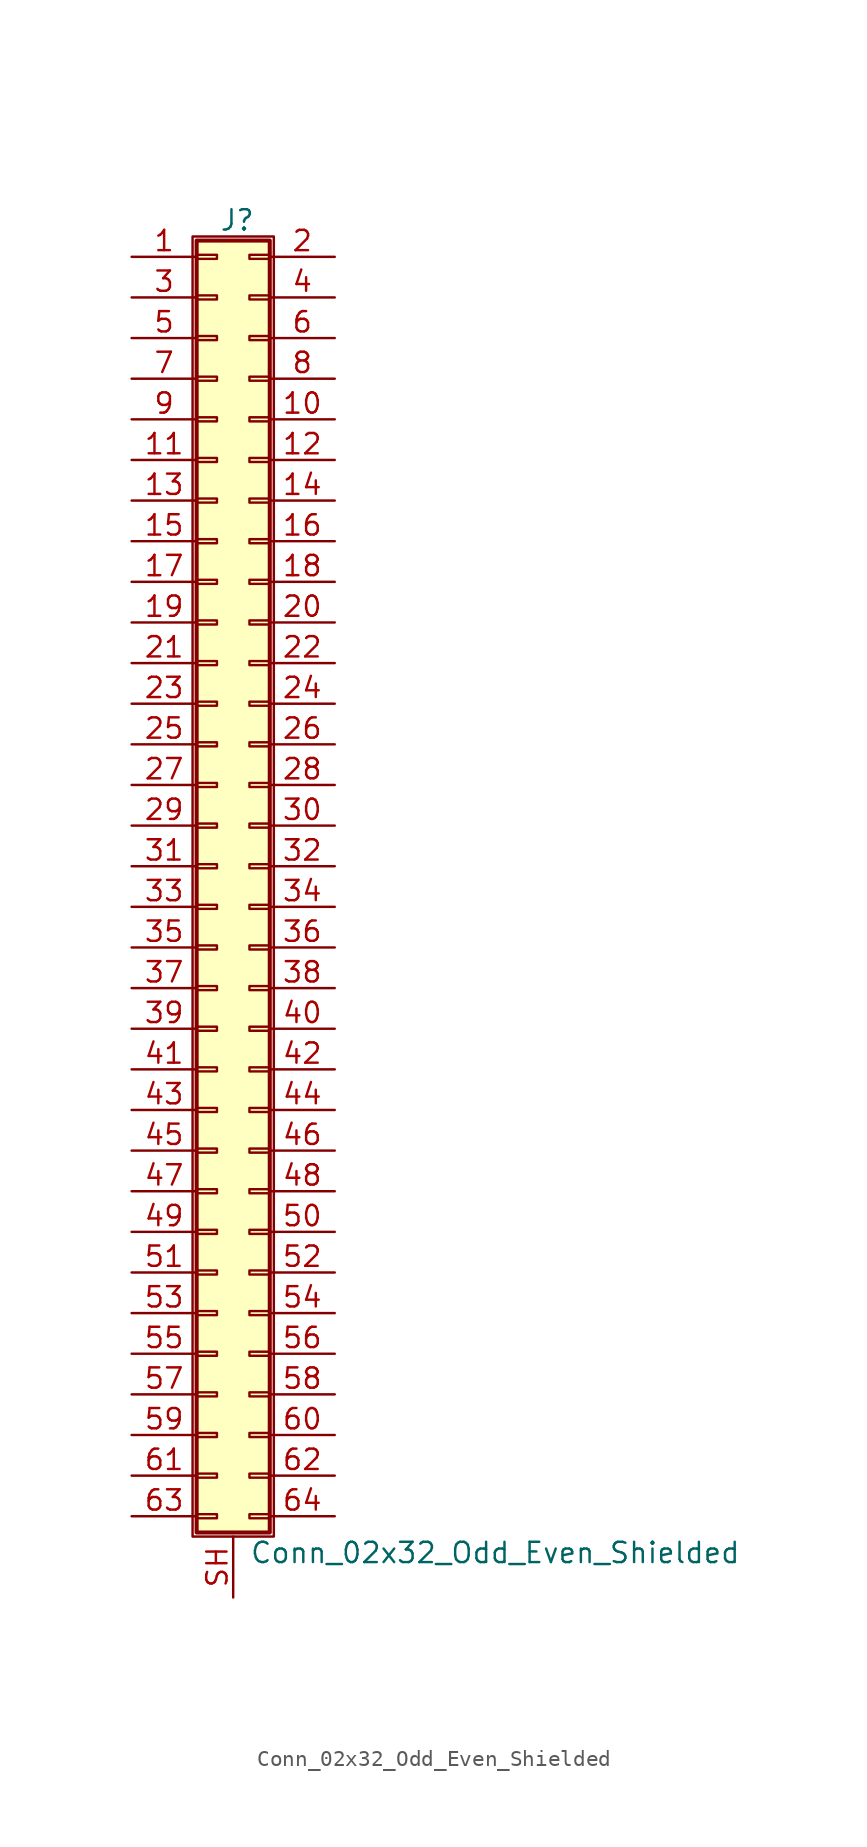
<source format=kicad_sym>
(kicad_symbol_lib
  (version 20220914)
  (generator kicad_symbol_editor)
  (symbol "Conn_02x32_Odd_Even_Shielded"
    (pin_names
      (offset 1.016) hide)
    (property "Reference" "J"
      (at 1.524 40.386 0)
      (effects (font (size 1.27 1.27))))
    (property "Value" "Conn_02x32_Odd_Even_Shielded"
      (at 2.286 -42.926 0)
      (effects (font (size 1.27 1.27)) (justify left)))
    (symbol "Conn_02x32_Odd_Even_Shielded_1_1"
      (rectangle (start -1.27 39.37) (end 3.81 -41.91) (stroke (width 0.152) (type default)) (fill (type none)))
      (rectangle (start -1.016 -40.513) (end 0.254 -40.767) (stroke (width 0.152) (type default)) (fill (type none)))
      (rectangle (start -1.016 -37.973) (end 0.254 -38.227) (stroke (width 0.152) (type default)) (fill (type none)))
      (rectangle (start -1.016 -35.433) (end 0.254 -35.687) (stroke (width 0.152) (type default)) (fill (type none)))
      (rectangle (start -1.016 -32.893) (end 0.254 -33.147) (stroke (width 0.152) (type default)) (fill (type none)))
      (rectangle (start -1.016 -30.353) (end 0.254 -30.607) (stroke (width 0.152) (type default)) (fill (type none)))
      (rectangle (start -1.016 -27.813) (end 0.254 -28.067) (stroke (width 0.152) (type default)) (fill (type none)))
      (rectangle (start -1.016 -25.273) (end 0.254 -25.527) (stroke (width 0.152) (type default)) (fill (type none)))
      (rectangle (start -1.016 -22.733) (end 0.254 -22.987) (stroke (width 0.152) (type default)) (fill (type none)))
      (rectangle (start -1.016 -20.193) (end 0.254 -20.447) (stroke (width 0.152) (type default)) (fill (type none)))
      (rectangle (start -1.016 -17.653) (end 0.254 -17.907) (stroke (width 0.152) (type default)) (fill (type none)))
      (rectangle (start -1.016 -15.113) (end 0.254 -15.367) (stroke (width 0.152) (type default)) (fill (type none)))
      (rectangle (start -1.016 -12.573) (end 0.254 -12.827) (stroke (width 0.152) (type default)) (fill (type none)))
      (rectangle (start -1.016 -10.033) (end 0.254 -10.287) (stroke (width 0.152) (type default)) (fill (type none)))
      (rectangle (start -1.016 -7.493) (end 0.254 -7.747) (stroke (width 0.152) (type default)) (fill (type none)))
      (rectangle (start -1.016 -4.953) (end 0.254 -5.207) (stroke (width 0.152) (type default)) (fill (type none)))
      (rectangle (start -1.016 -2.413) (end 0.254 -2.667) (stroke (width 0.152) (type default)) (fill (type none)))
      (rectangle (start -1.016 0.127) (end 0.254 -0.127) (stroke (width 0.152) (type default)) (fill (type none)))
      (rectangle (start -1.016 2.667) (end 0.254 2.413) (stroke (width 0.152) (type default)) (fill (type none)))
      (rectangle (start -1.016 5.207) (end 0.254 4.953) (stroke (width 0.152) (type default)) (fill (type none)))
      (rectangle (start -1.016 7.747) (end 0.254 7.493) (stroke (width 0.152) (type default)) (fill (type none)))
      (rectangle (start -1.016 10.287) (end 0.254 10.033) (stroke (width 0.152) (type default)) (fill (type none)))
      (rectangle (start -1.016 12.827) (end 0.254 12.573) (stroke (width 0.152) (type default)) (fill (type none)))
      (rectangle (start -1.016 15.367) (end 0.254 15.113) (stroke (width 0.152) (type default)) (fill (type none)))
      (rectangle (start -1.016 17.907) (end 0.254 17.653) (stroke (width 0.152) (type default)) (fill (type none)))
      (rectangle (start -1.016 20.447) (end 0.254 20.193) (stroke (width 0.152) (type default)) (fill (type none)))
      (rectangle (start -1.016 22.987) (end 0.254 22.733) (stroke (width 0.152) (type default)) (fill (type none)))
      (rectangle (start -1.016 25.527) (end 0.254 25.273) (stroke (width 0.152) (type default)) (fill (type none)))
      (rectangle (start -1.016 28.067) (end 0.254 27.813) (stroke (width 0.152) (type default)) (fill (type none)))
      (rectangle (start -1.016 30.607) (end 0.254 30.353) (stroke (width 0.152) (type default)) (fill (type none)))
      (rectangle (start -1.016 33.147) (end 0.254 32.893) (stroke (width 0.152) (type default)) (fill (type none)))
      (rectangle (start -1.016 35.687) (end 0.254 35.433) (stroke (width 0.152) (type default)) (fill (type none)))
      (rectangle (start -1.016 38.227) (end 0.254 37.973) (stroke (width 0.152) (type default)) (fill (type none)))
      (rectangle (start -1.016 39.116) (end 3.556 -41.656) (stroke (width 0.254) (type default)) (fill (type background)))
      (rectangle (start 3.556 -40.513) (end 2.286 -40.767) (stroke (width 0.152) (type default)) (fill (type none)))
      (rectangle (start 3.556 -37.973) (end 2.286 -38.227) (stroke (width 0.152) (type default)) (fill (type none)))
      (rectangle (start 3.556 -35.433) (end 2.286 -35.687) (stroke (width 0.152) (type default)) (fill (type none)))
      (rectangle (start 3.556 -32.893) (end 2.286 -33.147) (stroke (width 0.152) (type default)) (fill (type none)))
      (rectangle (start 3.556 -30.353) (end 2.286 -30.607) (stroke (width 0.152) (type default)) (fill (type none)))
      (rectangle (start 3.556 -27.813) (end 2.286 -28.067) (stroke (width 0.152) (type default)) (fill (type none)))
      (rectangle (start 3.556 -25.273) (end 2.286 -25.527) (stroke (width 0.152) (type default)) (fill (type none)))
      (rectangle (start 3.556 -22.733) (end 2.286 -22.987) (stroke (width 0.152) (type default)) (fill (type none)))
      (rectangle (start 3.556 -20.193) (end 2.286 -20.447) (stroke (width 0.152) (type default)) (fill (type none)))
      (rectangle (start 3.556 -17.653) (end 2.286 -17.907) (stroke (width 0.152) (type default)) (fill (type none)))
      (rectangle (start 3.556 -15.113) (end 2.286 -15.367) (stroke (width 0.152) (type default)) (fill (type none)))
      (rectangle (start 3.556 -12.573) (end 2.286 -12.827) (stroke (width 0.152) (type default)) (fill (type none)))
      (rectangle (start 3.556 -10.033) (end 2.286 -10.287) (stroke (width 0.152) (type default)) (fill (type none)))
      (rectangle (start 3.556 -7.493) (end 2.286 -7.747) (stroke (width 0.152) (type default)) (fill (type none)))
      (rectangle (start 3.556 -4.953) (end 2.286 -5.207) (stroke (width 0.152) (type default)) (fill (type none)))
      (rectangle (start 3.556 -2.413) (end 2.286 -2.667) (stroke (width 0.152) (type default)) (fill (type none)))
      (rectangle (start 3.556 0.127) (end 2.286 -0.127) (stroke (width 0.152) (type default)) (fill (type none)))
      (rectangle (start 3.556 2.667) (end 2.286 2.413) (stroke (width 0.152) (type default)) (fill (type none)))
      (rectangle (start 3.556 5.207) (end 2.286 4.953) (stroke (width 0.152) (type default)) (fill (type none)))
      (rectangle (start 3.556 7.747) (end 2.286 7.493) (stroke (width 0.152) (type default)) (fill (type none)))
      (rectangle (start 3.556 10.287) (end 2.286 10.033) (stroke (width 0.152) (type default)) (fill (type none)))
      (rectangle (start 3.556 12.827) (end 2.286 12.573) (stroke (width 0.152) (type default)) (fill (type none)))
      (rectangle (start 3.556 15.367) (end 2.286 15.113) (stroke (width 0.152) (type default)) (fill (type none)))
      (rectangle (start 3.556 17.907) (end 2.286 17.653) (stroke (width 0.152) (type default)) (fill (type none)))
      (rectangle (start 3.556 20.447) (end 2.286 20.193) (stroke (width 0.152) (type default)) (fill (type none)))
      (rectangle (start 3.556 22.987) (end 2.286 22.733) (stroke (width 0.152) (type default)) (fill (type none)))
      (rectangle (start 3.556 25.527) (end 2.286 25.273) (stroke (width 0.152) (type default)) (fill (type none)))
      (rectangle (start 3.556 28.067) (end 2.286 27.813) (stroke (width 0.152) (type default)) (fill (type none)))
      (rectangle (start 3.556 30.607) (end 2.286 30.353) (stroke (width 0.152) (type default)) (fill (type none)))
      (rectangle (start 3.556 33.147) (end 2.286 32.893) (stroke (width 0.152) (type default)) (fill (type none)))
      (rectangle (start 3.556 35.687) (end 2.286 35.433) (stroke (width 0.152) (type default)) (fill (type none)))
      (rectangle (start 3.556 38.227) (end 2.286 37.973) (stroke (width 0.152) (type default)) (fill (type none)))
      (pin passive line (at -5.08 38.1 0) (length 4.064) (name "Pin_1" (effects (font (size 1.27 1.27)))) (number "1" (effects (font (size 1.27 1.27)))))
      (pin passive line (at 7.62 27.94 180) (length 4.064) (name "Pin_10" (effects (font (size 1.27 1.27)))) (number "10" (effects (font (size 1.27 1.27)))))
      (pin passive line (at -5.08 25.4 0) (length 4.064) (name "Pin_11" (effects (font (size 1.27 1.27)))) (number "11" (effects (font (size 1.27 1.27)))))
      (pin passive line (at 7.62 25.4 180) (length 4.064) (name "Pin_12" (effects (font (size 1.27 1.27)))) (number "12" (effects (font (size 1.27 1.27)))))
      (pin passive line (at -5.08 22.86 0) (length 4.064) (name "Pin_13" (effects (font (size 1.27 1.27)))) (number "13" (effects (font (size 1.27 1.27)))))
      (pin passive line (at 7.62 22.86 180) (length 4.064) (name "Pin_14" (effects (font (size 1.27 1.27)))) (number "14" (effects (font (size 1.27 1.27)))))
      (pin passive line (at -5.08 20.32 0) (length 4.064) (name "Pin_15" (effects (font (size 1.27 1.27)))) (number "15" (effects (font (size 1.27 1.27)))))
      (pin passive line (at 7.62 20.32 180) (length 4.064) (name "Pin_16" (effects (font (size 1.27 1.27)))) (number "16" (effects (font (size 1.27 1.27)))))
      (pin passive line (at -5.08 17.78 0) (length 4.064) (name "Pin_17" (effects (font (size 1.27 1.27)))) (number "17" (effects (font (size 1.27 1.27)))))
      (pin passive line (at 7.62 17.78 180) (length 4.064) (name "Pin_18" (effects (font (size 1.27 1.27)))) (number "18" (effects (font (size 1.27 1.27)))))
      (pin passive line (at -5.08 15.24 0) (length 4.064) (name "Pin_19" (effects (font (size 1.27 1.27)))) (number "19" (effects (font (size 1.27 1.27)))))
      (pin passive line (at 7.62 38.1 180) (length 4.064) (name "Pin_2" (effects (font (size 1.27 1.27)))) (number "2" (effects (font (size 1.27 1.27)))))
      (pin passive line (at 7.62 15.24 180) (length 4.064) (name "Pin_20" (effects (font (size 1.27 1.27)))) (number "20" (effects (font (size 1.27 1.27)))))
      (pin passive line (at -5.08 12.7 0) (length 4.064) (name "Pin_21" (effects (font (size 1.27 1.27)))) (number "21" (effects (font (size 1.27 1.27)))))
      (pin passive line (at 7.62 12.7 180) (length 4.064) (name "Pin_22" (effects (font (size 1.27 1.27)))) (number "22" (effects (font (size 1.27 1.27)))))
      (pin passive line (at -5.08 10.16 0) (length 4.064) (name "Pin_23" (effects (font (size 1.27 1.27)))) (number "23" (effects (font (size 1.27 1.27)))))
      (pin passive line (at 7.62 10.16 180) (length 4.064) (name "Pin_24" (effects (font (size 1.27 1.27)))) (number "24" (effects (font (size 1.27 1.27)))))
      (pin passive line (at -5.08 7.62 0) (length 4.064) (name "Pin_25" (effects (font (size 1.27 1.27)))) (number "25" (effects (font (size 1.27 1.27)))))
      (pin passive line (at 7.62 7.62 180) (length 4.064) (name "Pin_26" (effects (font (size 1.27 1.27)))) (number "26" (effects (font (size 1.27 1.27)))))
      (pin passive line (at -5.08 5.08 0) (length 4.064) (name "Pin_27" (effects (font (size 1.27 1.27)))) (number "27" (effects (font (size 1.27 1.27)))))
      (pin passive line (at 7.62 5.08 180) (length 4.064) (name "Pin_28" (effects (font (size 1.27 1.27)))) (number "28" (effects (font (size 1.27 1.27)))))
      (pin passive line (at -5.08 2.54 0) (length 4.064) (name "Pin_29" (effects (font (size 1.27 1.27)))) (number "29" (effects (font (size 1.27 1.27)))))
      (pin passive line (at -5.08 35.56 0) (length 4.064) (name "Pin_3" (effects (font (size 1.27 1.27)))) (number "3" (effects (font (size 1.27 1.27)))))
      (pin passive line (at 7.62 2.54 180) (length 4.064) (name "Pin_30" (effects (font (size 1.27 1.27)))) (number "30" (effects (font (size 1.27 1.27)))))
      (pin passive line (at -5.08 0 0) (length 4.064) (name "Pin_31" (effects (font (size 1.27 1.27)))) (number "31" (effects (font (size 1.27 1.27)))))
      (pin passive line (at 7.62 0 180) (length 4.064) (name "Pin_32" (effects (font (size 1.27 1.27)))) (number "32" (effects (font (size 1.27 1.27)))))
      (pin passive line (at -5.08 -2.54 0) (length 4.064) (name "Pin_33" (effects (font (size 1.27 1.27)))) (number "33" (effects (font (size 1.27 1.27)))))
      (pin passive line (at 7.62 -2.54 180) (length 4.064) (name "Pin_34" (effects (font (size 1.27 1.27)))) (number "34" (effects (font (size 1.27 1.27)))))
      (pin passive line (at -5.08 -5.08 0) (length 4.064) (name "Pin_35" (effects (font (size 1.27 1.27)))) (number "35" (effects (font (size 1.27 1.27)))))
      (pin passive line (at 7.62 -5.08 180) (length 4.064) (name "Pin_36" (effects (font (size 1.27 1.27)))) (number "36" (effects (font (size 1.27 1.27)))))
      (pin passive line (at -5.08 -7.62 0) (length 4.064) (name "Pin_37" (effects (font (size 1.27 1.27)))) (number "37" (effects (font (size 1.27 1.27)))))
      (pin passive line (at 7.62 -7.62 180) (length 4.064) (name "Pin_38" (effects (font (size 1.27 1.27)))) (number "38" (effects (font (size 1.27 1.27)))))
      (pin passive line (at -5.08 -10.16 0) (length 4.064) (name "Pin_39" (effects (font (size 1.27 1.27)))) (number "39" (effects (font (size 1.27 1.27)))))
      (pin passive line (at 7.62 35.56 180) (length 4.064) (name "Pin_4" (effects (font (size 1.27 1.27)))) (number "4" (effects (font (size 1.27 1.27)))))
      (pin passive line (at 7.62 -10.16 180) (length 4.064) (name "Pin_40" (effects (font (size 1.27 1.27)))) (number "40" (effects (font (size 1.27 1.27)))))
      (pin passive line (at -5.08 -12.7 0) (length 4.064) (name "Pin_41" (effects (font (size 1.27 1.27)))) (number "41" (effects (font (size 1.27 1.27)))))
      (pin passive line (at 7.62 -12.7 180) (length 4.064) (name "Pin_42" (effects (font (size 1.27 1.27)))) (number "42" (effects (font (size 1.27 1.27)))))
      (pin passive line (at -5.08 -15.24 0) (length 4.064) (name "Pin_43" (effects (font (size 1.27 1.27)))) (number "43" (effects (font (size 1.27 1.27)))))
      (pin passive line (at 7.62 -15.24 180) (length 4.064) (name "Pin_44" (effects (font (size 1.27 1.27)))) (number "44" (effects (font (size 1.27 1.27)))))
      (pin passive line (at -5.08 -17.78 0) (length 4.064) (name "Pin_45" (effects (font (size 1.27 1.27)))) (number "45" (effects (font (size 1.27 1.27)))))
      (pin passive line (at 7.62 -17.78 180) (length 4.064) (name "Pin_46" (effects (font (size 1.27 1.27)))) (number "46" (effects (font (size 1.27 1.27)))))
      (pin passive line (at -5.08 -20.32 0) (length 4.064) (name "Pin_47" (effects (font (size 1.27 1.27)))) (number "47" (effects (font (size 1.27 1.27)))))
      (pin passive line (at 7.62 -20.32 180) (length 4.064) (name "Pin_48" (effects (font (size 1.27 1.27)))) (number "48" (effects (font (size 1.27 1.27)))))
      (pin passive line (at -5.08 -22.86 0) (length 4.064) (name "Pin_49" (effects (font (size 1.27 1.27)))) (number "49" (effects (font (size 1.27 1.27)))))
      (pin passive line (at -5.08 33.02 0) (length 4.064) (name "Pin_5" (effects (font (size 1.27 1.27)))) (number "5" (effects (font (size 1.27 1.27)))))
      (pin passive line (at 7.62 -22.86 180) (length 4.064) (name "Pin_50" (effects (font (size 1.27 1.27)))) (number "50" (effects (font (size 1.27 1.27)))))
      (pin passive line (at -5.08 -25.4 0) (length 4.064) (name "Pin_51" (effects (font (size 1.27 1.27)))) (number "51" (effects (font (size 1.27 1.27)))))
      (pin passive line (at 7.62 -25.4 180) (length 4.064) (name "Pin_52" (effects (font (size 1.27 1.27)))) (number "52" (effects (font (size 1.27 1.27)))))
      (pin passive line (at -5.08 -27.94 0) (length 4.064) (name "Pin_53" (effects (font (size 1.27 1.27)))) (number "53" (effects (font (size 1.27 1.27)))))
      (pin passive line (at 7.62 -27.94 180) (length 4.064) (name "Pin_54" (effects (font (size 1.27 1.27)))) (number "54" (effects (font (size 1.27 1.27)))))
      (pin passive line (at -5.08 -30.48 0) (length 4.064) (name "Pin_55" (effects (font (size 1.27 1.27)))) (number "55" (effects (font (size 1.27 1.27)))))
      (pin passive line (at 7.62 -30.48 180) (length 4.064) (name "Pin_56" (effects (font (size 1.27 1.27)))) (number "56" (effects (font (size 1.27 1.27)))))
      (pin passive line (at -5.08 -33.02 0) (length 4.064) (name "Pin_57" (effects (font (size 1.27 1.27)))) (number "57" (effects (font (size 1.27 1.27)))))
      (pin passive line (at 7.62 -33.02 180) (length 4.064) (name "Pin_58" (effects (font (size 1.27 1.27)))) (number "58" (effects (font (size 1.27 1.27)))))
      (pin passive line (at -5.08 -35.56 0) (length 4.064) (name "Pin_59" (effects (font (size 1.27 1.27)))) (number "59" (effects (font (size 1.27 1.27)))))
      (pin passive line (at 7.62 33.02 180) (length 4.064) (name "Pin_6" (effects (font (size 1.27 1.27)))) (number "6" (effects (font (size 1.27 1.27)))))
      (pin passive line (at 7.62 -35.56 180) (length 4.064) (name "Pin_60" (effects (font (size 1.27 1.27)))) (number "60" (effects (font (size 1.27 1.27)))))
      (pin passive line (at -5.08 -38.1 0) (length 4.064) (name "Pin_61" (effects (font (size 1.27 1.27)))) (number "61" (effects (font (size 1.27 1.27)))))
      (pin passive line (at 7.62 -38.1 180) (length 4.064) (name "Pin_62" (effects (font (size 1.27 1.27)))) (number "62" (effects (font (size 1.27 1.27)))))
      (pin passive line (at -5.08 -40.64 0) (length 4.064) (name "Pin_63" (effects (font (size 1.27 1.27)))) (number "63" (effects (font (size 1.27 1.27)))))
      (pin passive line (at 7.62 -40.64 180) (length 4.064) (name "Pin_64" (effects (font (size 1.27 1.27)))) (number "64" (effects (font (size 1.27 1.27)))))
      (pin passive line (at -5.08 30.48 0) (length 4.064) (name "Pin_7" (effects (font (size 1.27 1.27)))) (number "7" (effects (font (size 1.27 1.27)))))
      (pin passive line (at 7.62 30.48 180) (length 4.064) (name "Pin_8" (effects (font (size 1.27 1.27)))) (number "8" (effects (font (size 1.27 1.27)))))
      (pin passive line (at -5.08 27.94 0) (length 4.064) (name "Pin_9" (effects (font (size 1.27 1.27)))) (number "9" (effects (font (size 1.27 1.27)))))
      (pin passive line (at 1.27 -45.72 90) (length 3.81) (name "Shield" (effects (font (size 1.27 1.27)))) (number "SH" (effects (font (size 1.27 1.27))))))))
</source>
